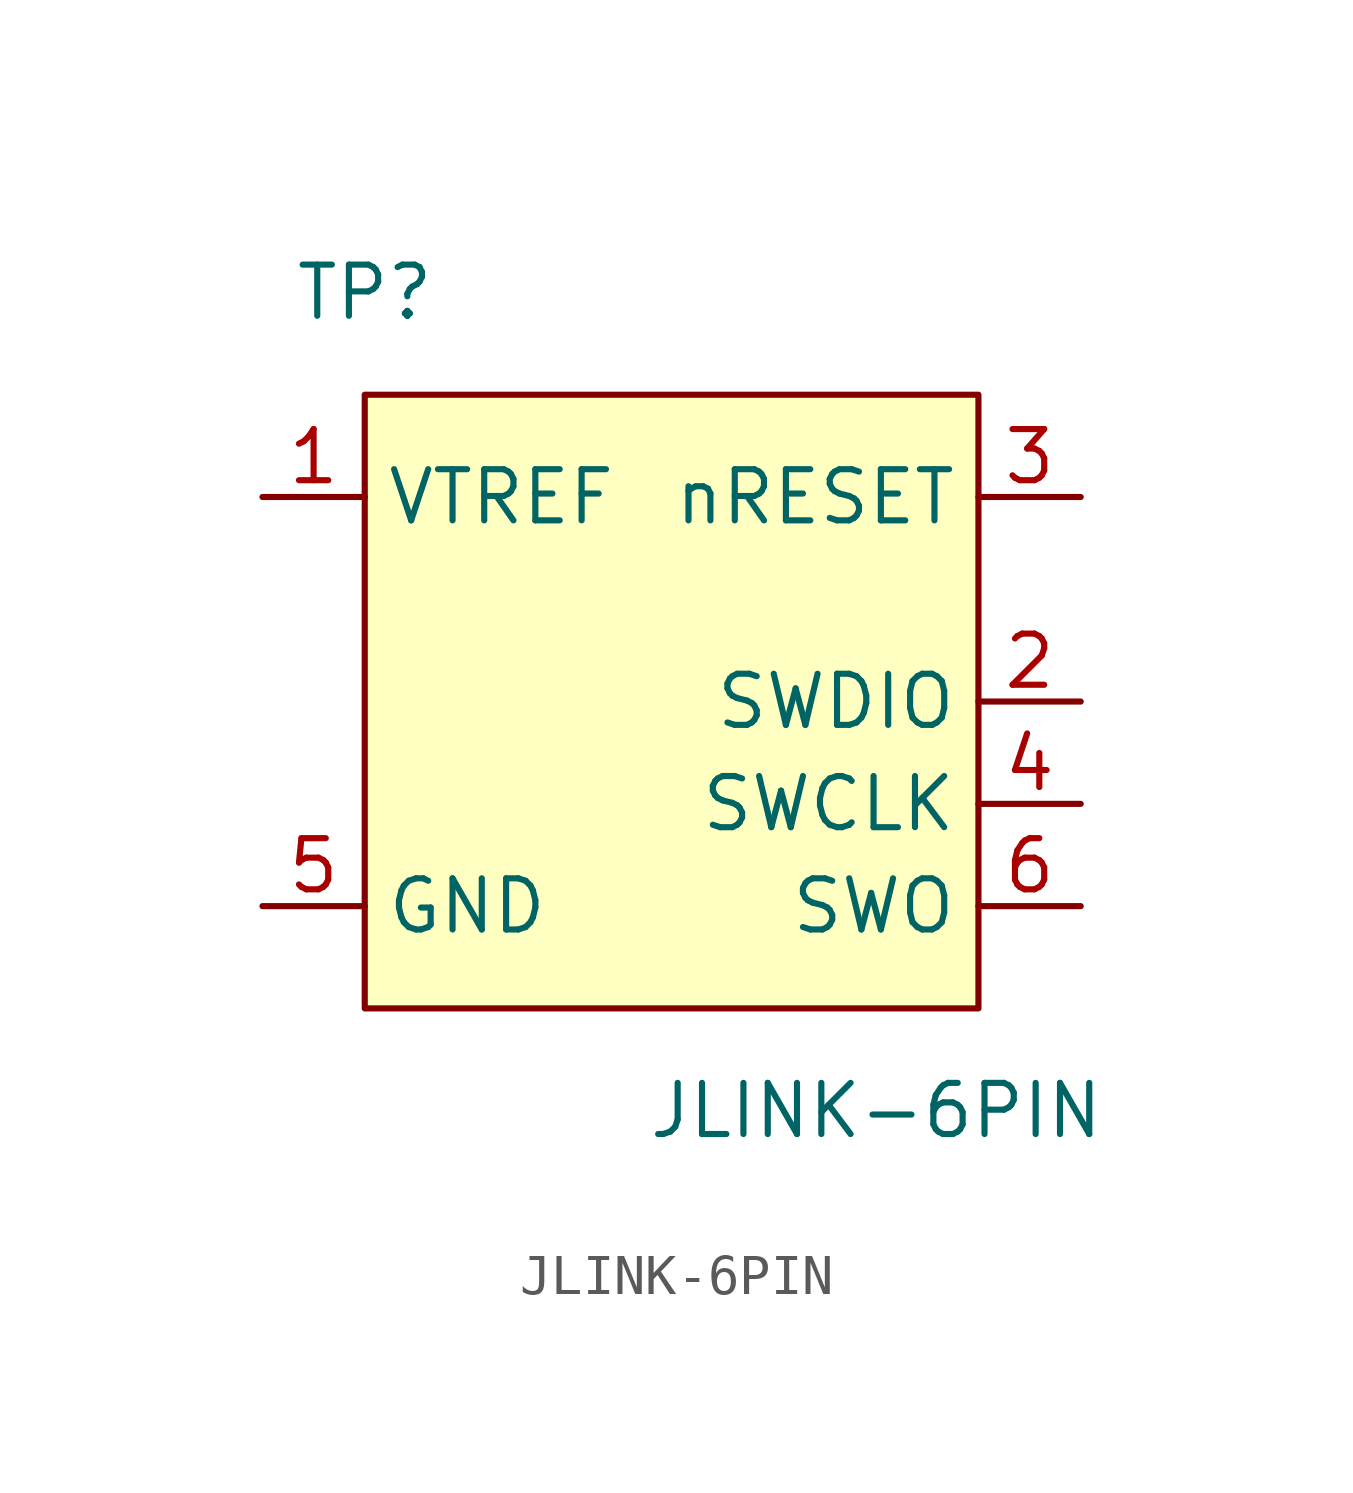
<source format=kicad_sym>
(kicad_symbol_lib
  (version 20211014)
  (generator kicad_symbol_editor)
  (symbol "JLINK-6PIN"
    (property "Reference" "TP"
      (at 0 2.54 0)
      (effects (font (size 1.27 1.27))))
    (property "Value" "JLINK-6PIN"
      (at 12.7 -17.78 0)
      (effects (font (size 1.27 1.27))))
    (symbol "JLINK-6PIN_0_1"
      (rectangle (start 0 0) (end 15.24 -15.24) (stroke (width 0) (type default) (color 0 0 0 0)) (fill (type background))))
    (symbol "JLINK-6PIN_1_1"
      (pin power_in line (at -2.54 -2.54 0) (length 2.54) (name "VTREF" (effects (font (size 1.27 1.27)))) (number "1" (effects (font (size 1.27 1.27)))))
      (pin bidirectional line (at 17.78 -7.62 180) (length 2.54) (name "SWDIO" (effects (font (size 1.27 1.27)))) (number "2" (effects (font (size 1.27 1.27)))))
      (pin bidirectional line (at 17.78 -2.54 180) (length 2.54) (name "nRESET" (effects (font (size 1.27 1.27)))) (number "3" (effects (font (size 1.27 1.27)))))
      (pin bidirectional line (at 17.78 -10.16 180) (length 2.54) (name "SWCLK" (effects (font (size 1.27 1.27)))) (number "4" (effects (font (size 1.27 1.27)))))
      (pin power_in line (at -2.54 -12.7 0) (length 2.54) (name "GND" (effects (font (size 1.27 1.27)))) (number "5" (effects (font (size 1.27 1.27)))))
      (pin bidirectional line (at 17.78 -12.7 180) (length 2.54) (name "SWO" (effects (font (size 1.27 1.27)))) (number "6" (effects (font (size 1.27 1.27))))))))
</source>
